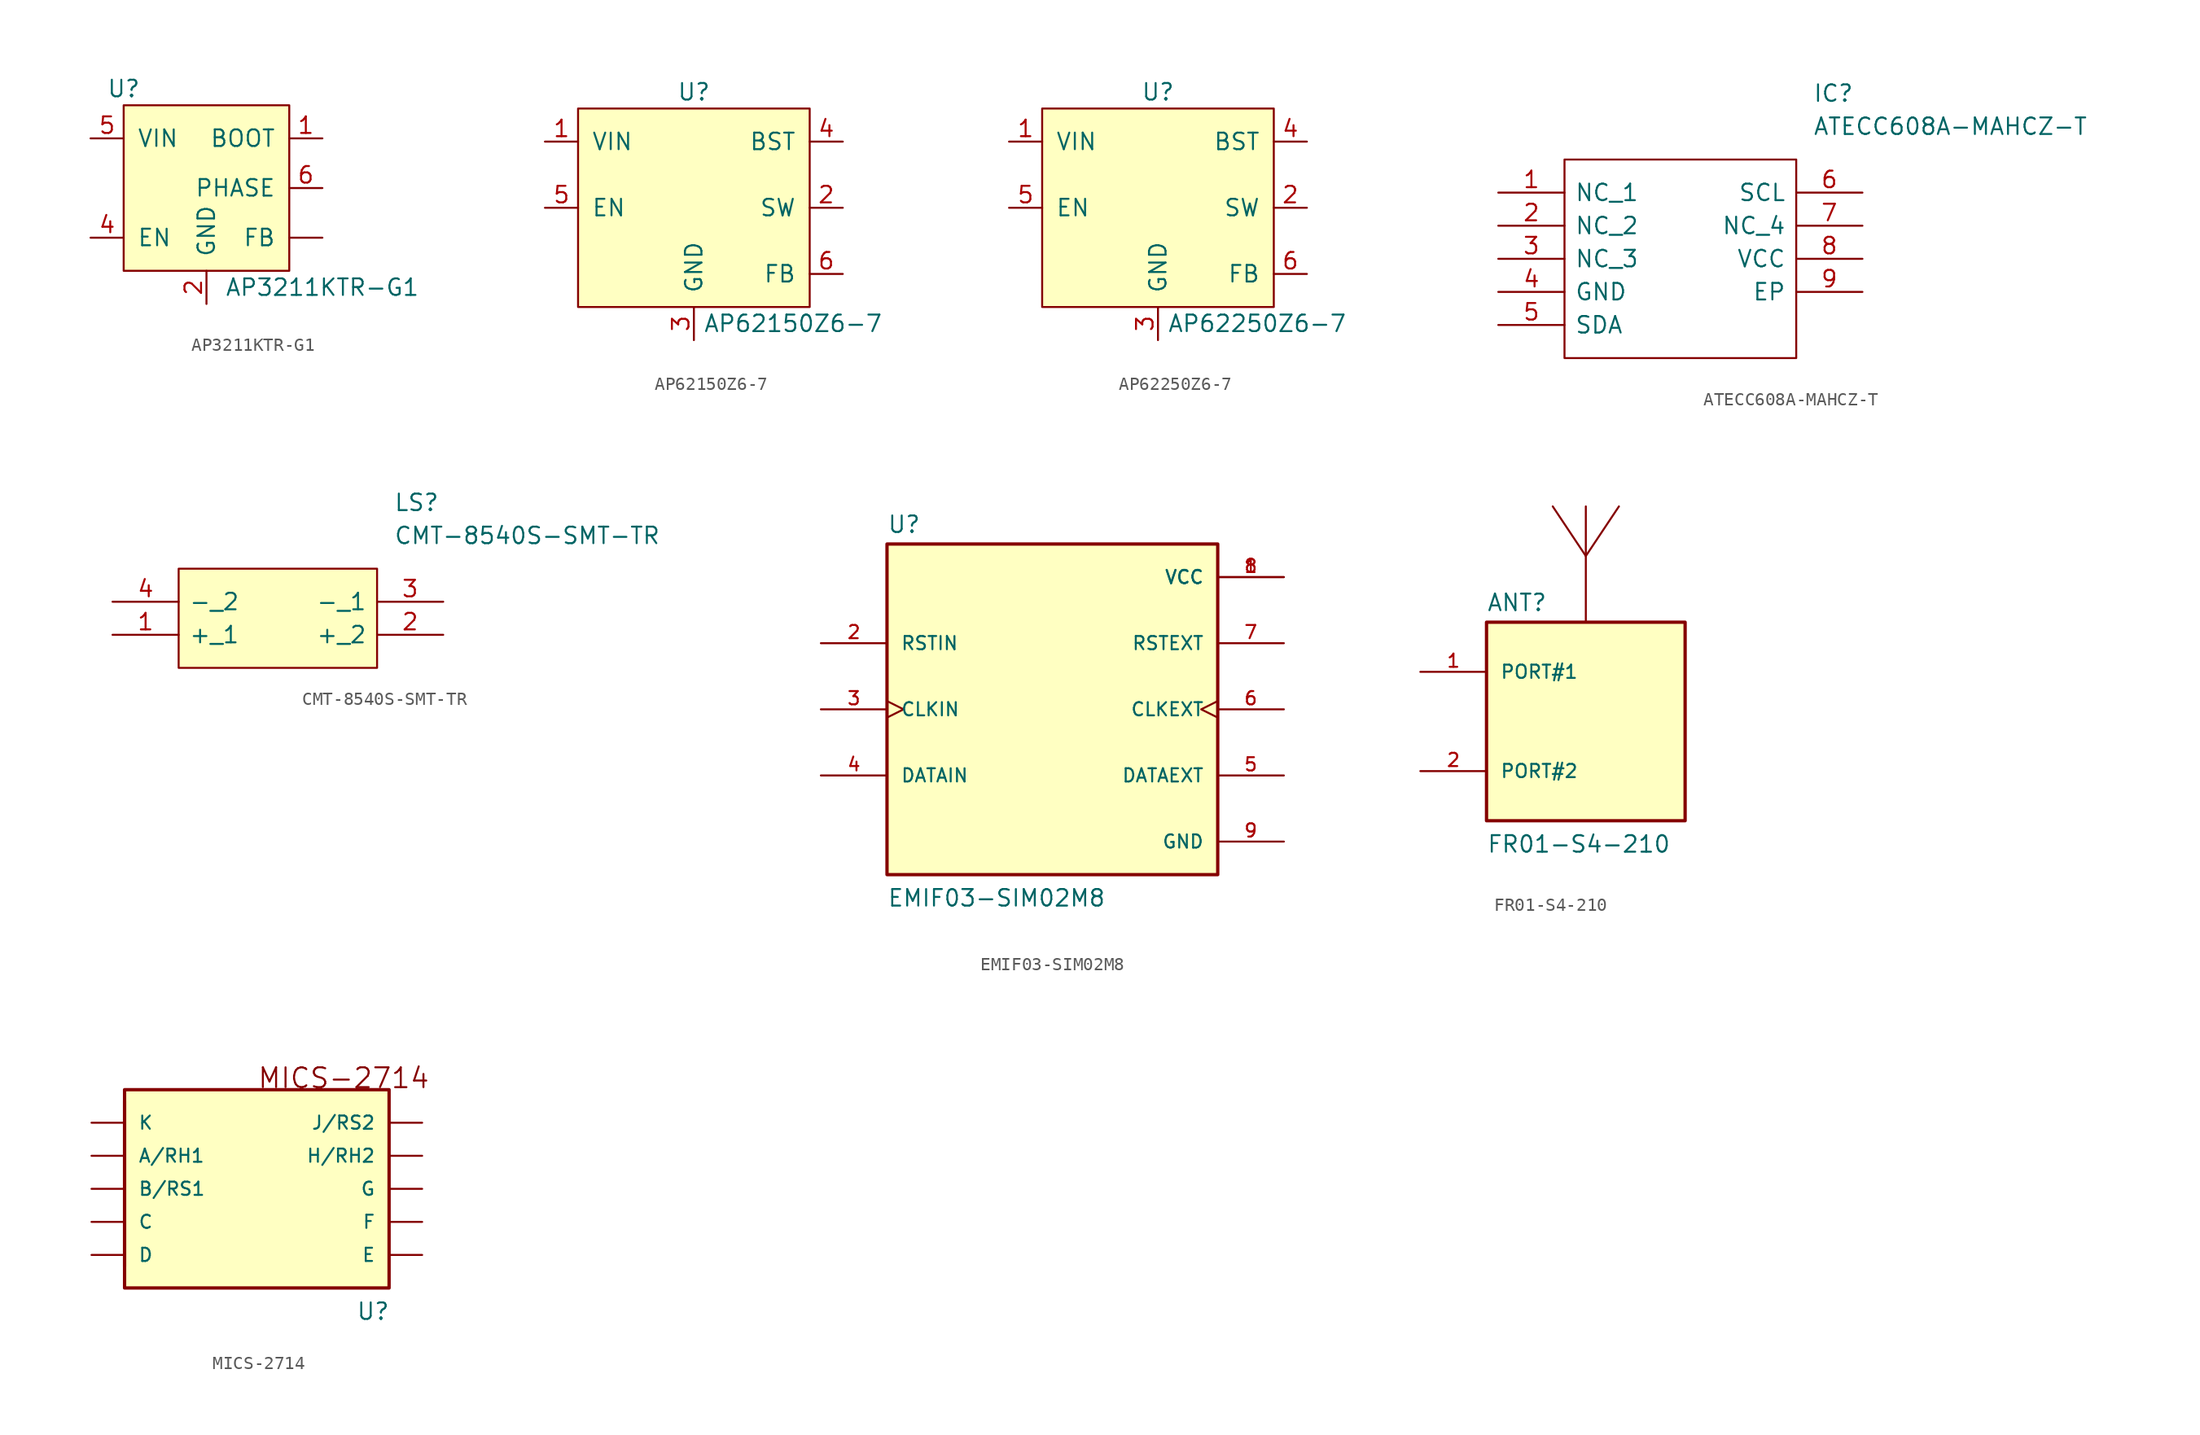
<source format=kicad_sym>
(kicad_symbol_lib
  (version 20211014)
  (generator kicad_symbol_editor)
  (symbol "AP3211KTR-G1"
    (pin_names
      (offset 1.016))
    (property "Reference" "U"
      (at -6.35 7.62 0)
      (effects (font (size 1.27 1.27))))
    (property "Value" "AP3211KTR-G1"
      (at 8.89 -7.62 0)
      (effects (font (size 1.27 1.27))))
    (symbol "AP3211KTR-G1_0_1"
      (rectangle (start -6.35 6.35) (end 6.35 -6.35) (stroke (width 0) (type default) (color 0 0 0 0)) (fill (type background))))
    (symbol "AP3211KTR-G1_1_1"
      (pin input line (at 8.89 3.81 180) (length 2.54) (name "BOOT" (effects (font (size 1.27 1.27)))) (number "1" (effects (font (size 1.27 1.27)))))
      (pin power_out line (at 0 -8.89 90) (length 2.54) (name "GND" (effects (font (size 1.27 1.27)))) (number "2" (effects (font (size 1.27 1.27)))))
      (pin input line (at -8.89 -3.81 0) (length 2.54) (name "EN" (effects (font (size 1.27 1.27)))) (number "4" (effects (font (size 1.27 1.27)))))
      (pin input line (at -8.89 3.81 0) (length 2.54) (name "VIN" (effects (font (size 1.27 1.27)))) (number "5" (effects (font (size 1.27 1.27)))))
      (pin input line (at 8.89 0 180) (length 2.54) (name "PHASE" (effects (font (size 1.27 1.27)))) (number "6" (effects (font (size 1.27 1.27)))))
      (pin input line (at 8.89 -3.81 180) (length 2.54) (name "FB" (effects (font (size 1.27 1.27)))) (number "~" (effects (font (size 1.27 1.27)))))))
  (symbol "AP62150Z6-7"
    (pin_names
      (offset 1.016))
    (property "Reference" "U"
      (at 0 13.97 0)
      (effects (font (size 1.27 1.27))))
    (property "Value" "AP62150Z6-7"
      (at 7.62 -3.81 0)
      (effects (font (size 1.27 1.27))))
    (symbol "AP62150Z6-7_0_1"
      (rectangle (start -8.89 12.7) (end 8.89 -2.54) (stroke (width 0) (type default) (color 0 0 0 0)) (fill (type background))))
    (symbol "AP62150Z6-7_1_1"
      (pin input line (at -11.43 10.16 0) (length 2.54) (name "VIN" (effects (font (size 1.27 1.27)))) (number "1" (effects (font (size 1.27 1.27)))))
      (pin input line (at 11.43 5.08 180) (length 2.54) (name "SW" (effects (font (size 1.27 1.27)))) (number "2" (effects (font (size 1.27 1.27)))))
      (pin input line (at 0 -5.08 90) (length 2.54) (name "GND" (effects (font (size 1.27 1.27)))) (number "3" (effects (font (size 1.27 1.27)))))
      (pin input line (at 11.43 10.16 180) (length 2.54) (name "BST" (effects (font (size 1.27 1.27)))) (number "4" (effects (font (size 1.27 1.27)))))
      (pin input line (at -11.43 5.08 0) (length 2.54) (name "EN" (effects (font (size 1.27 1.27)))) (number "5" (effects (font (size 1.27 1.27)))))
      (pin input line (at 11.43 0 180) (length 2.54) (name "FB" (effects (font (size 1.27 1.27)))) (number "6" (effects (font (size 1.27 1.27)))))))
  (symbol "AP62250Z6-7"
    (pin_names
      (offset 1.016))
    (property "Reference" "U"
      (at 0 13.97 0)
      (effects (font (size 1.27 1.27))))
    (property "Value" "AP62250Z6-7"
      (at 7.62 -3.81 0)
      (effects (font (size 1.27 1.27))))
    (symbol "AP62250Z6-7_0_1"
      (rectangle (start -8.89 12.7) (end 8.89 -2.54) (stroke (width 0) (type default) (color 0 0 0 0)) (fill (type background))))
    (symbol "AP62250Z6-7_1_1"
      (pin input line (at -11.43 10.16 0) (length 2.54) (name "VIN" (effects (font (size 1.27 1.27)))) (number "1" (effects (font (size 1.27 1.27)))))
      (pin input line (at 11.43 5.08 180) (length 2.54) (name "SW" (effects (font (size 1.27 1.27)))) (number "2" (effects (font (size 1.27 1.27)))))
      (pin input line (at 0 -5.08 90) (length 2.54) (name "GND" (effects (font (size 1.27 1.27)))) (number "3" (effects (font (size 1.27 1.27)))))
      (pin input line (at 11.43 10.16 180) (length 2.54) (name "BST" (effects (font (size 1.27 1.27)))) (number "4" (effects (font (size 1.27 1.27)))))
      (pin input line (at -11.43 5.08 0) (length 2.54) (name "EN" (effects (font (size 1.27 1.27)))) (number "5" (effects (font (size 1.27 1.27)))))
      (pin input line (at 11.43 0 180) (length 2.54) (name "FB" (effects (font (size 1.27 1.27)))) (number "6" (effects (font (size 1.27 1.27)))))))
  (symbol "ATECC608A-MAHCZ-T"
    (pin_names
      (offset 0.762))
    (property "Reference" "IC"
      (at 24.13 7.62 0)
      (effects (font (size 1.27 1.27)) (justify left)))
    (property "Value" "ATECC608A-MAHCZ-T"
      (at 24.13 5.08 0)
      (effects (font (size 1.27 1.27)) (justify left)))
    (symbol "ATECC608A-MAHCZ-T_0_0"
      (pin unspecified line (at 0 0 0) (length 5.08) (name "NC_1" (effects (font (size 1.27 1.27)))) (number "1" (effects (font (size 1.27 1.27)))))
      (pin unspecified line (at 0 -2.54 0) (length 5.08) (name "NC_2" (effects (font (size 1.27 1.27)))) (number "2" (effects (font (size 1.27 1.27)))))
      (pin unspecified line (at 0 -5.08 0) (length 5.08) (name "NC_3" (effects (font (size 1.27 1.27)))) (number "3" (effects (font (size 1.27 1.27)))))
      (pin unspecified line (at 0 -7.62 0) (length 5.08) (name "GND" (effects (font (size 1.27 1.27)))) (number "4" (effects (font (size 1.27 1.27)))))
      (pin unspecified line (at 0 -10.16 0) (length 5.08) (name "SDA" (effects (font (size 1.27 1.27)))) (number "5" (effects (font (size 1.27 1.27)))))
      (pin unspecified line (at 27.94 0 180) (length 5.08) (name "SCL" (effects (font (size 1.27 1.27)))) (number "6" (effects (font (size 1.27 1.27)))))
      (pin unspecified line (at 27.94 -2.54 180) (length 5.08) (name "NC_4" (effects (font (size 1.27 1.27)))) (number "7" (effects (font (size 1.27 1.27)))))
      (pin unspecified line (at 27.94 -5.08 180) (length 5.08) (name "VCC" (effects (font (size 1.27 1.27)))) (number "8" (effects (font (size 1.27 1.27)))))
      (pin unspecified line (at 27.94 -7.62 180) (length 5.08) (name "EP" (effects (font (size 1.27 1.27)))) (number "9" (effects (font (size 1.27 1.27))))))
    (symbol "ATECC608A-MAHCZ-T_0_1"
      (polyline (pts (xy 5.08 2.54) (xy 22.86 2.54) (xy 22.86 -12.7) (xy 5.08 -12.7) (xy 5.08 2.54)) (stroke (width 0.152) (type default) (color 0 0 0 0)) (fill (type none)))))
  (symbol "CMT-8540S-SMT-TR"
    (pin_names
      (offset 0.762))
    (property "Reference" "LS"
      (at 21.59 7.62 0)
      (effects (font (size 1.27 1.27)) (justify left)))
    (property "Value" "CMT-8540S-SMT-TR"
      (at 21.59 5.08 0)
      (effects (font (size 1.27 1.27)) (justify left)))
    (symbol "CMT-8540S-SMT-TR_0_0"
      (pin unspecified line (at 0 -2.54 0) (length 5.08) (name "+_1" (effects (font (size 1.27 1.27)))) (number "1" (effects (font (size 1.27 1.27)))))
      (pin unspecified line (at 25.4 -2.54 180) (length 5.08) (name "+_2" (effects (font (size 1.27 1.27)))) (number "2" (effects (font (size 1.27 1.27)))))
      (pin unspecified line (at 25.4 0 180) (length 5.08) (name "-_1" (effects (font (size 1.27 1.27)))) (number "3" (effects (font (size 1.27 1.27)))))
      (pin unspecified line (at 0 0 0) (length 5.08) (name "-_2" (effects (font (size 1.27 1.27)))) (number "4" (effects (font (size 1.27 1.27))))))
    (symbol "CMT-8540S-SMT-TR_0_1"
      (polyline (pts (xy 5.08 2.54) (xy 20.32 2.54) (xy 20.32 -5.08) (xy 5.08 -5.08) (xy 5.08 2.54)) (stroke (width 0.152) (type default) (color 0 0 0 0)) (fill (type background)))))
  (symbol "EMIF03-SIM02M8"
    (pin_names
      (offset 1.016))
    (property "Reference" "U"
      (at -12.7 13.462 0)
      (effects (font (size 1.27 1.27)) (justify left bottom)))
    (property "Value" "EMIF03-SIM02M8"
      (at -12.7 -15.24 0)
      (effects (font (size 1.27 1.27)) (justify left bottom)))
    (property "ki_locked" ""
      (at 0 0 0)
      (effects (font (size 1.27 1.27))))
    (symbol "EMIF03-SIM02M8_0_0"
      (rectangle (start -12.7 -12.7) (end 12.7 12.7) (stroke (width 0.254) (type default) (color 0 0 0 0)) (fill (type background)))
      (pin power_in line (at 17.78 10.16 180) (length 5.08) (name "VCC" (effects (font (size 1.016 1.016)))) (number "1" (effects (font (size 1.016 1.016)))))
      (pin input line (at -17.78 5.08 0) (length 5.08) (name "RSTIN" (effects (font (size 1.016 1.016)))) (number "2" (effects (font (size 1.016 1.016)))))
      (pin input clock (at -17.78 0 0) (length 5.08) (name "CLKIN" (effects (font (size 1.016 1.016)))) (number "3" (effects (font (size 1.016 1.016)))))
      (pin input line (at -17.78 -5.08 0) (length 5.08) (name "DATAIN" (effects (font (size 1.016 1.016)))) (number "4" (effects (font (size 1.016 1.016)))))
      (pin output line (at 17.78 -5.08 180) (length 5.08) (name "DATAEXT" (effects (font (size 1.016 1.016)))) (number "5" (effects (font (size 1.016 1.016)))))
      (pin output clock (at 17.78 0 180) (length 5.08) (name "CLKEXT" (effects (font (size 1.016 1.016)))) (number "6" (effects (font (size 1.016 1.016)))))
      (pin output line (at 17.78 5.08 180) (length 5.08) (name "RSTEXT" (effects (font (size 1.016 1.016)))) (number "7" (effects (font (size 1.016 1.016)))))
      (pin power_in line (at 17.78 10.16 180) (length 5.08) (name "VCC" (effects (font (size 1.016 1.016)))) (number "8" (effects (font (size 1.016 1.016)))))
      (pin power_in line (at 17.78 -10.16 180) (length 5.08) (name "GND" (effects (font (size 1.016 1.016)))) (number "9" (effects (font (size 1.016 1.016)))))))
  (symbol "FR01-S4-210"
    (pin_names
      (offset 1.016))
    (property "Reference" "ANT"
      (at -7.62 8.382 0)
      (effects (font (size 1.27 1.27)) (justify left bottom)))
    (property "Value" "FR01-S4-210"
      (at -7.62 -10.16 0)
      (effects (font (size 1.27 1.27)) (justify left bottom)))
    (property "ki_locked" ""
      (at 0 0 0)
      (effects (font (size 1.27 1.27))))
    (symbol "FR01-S4-210_0_0"
      (rectangle (start -7.62 -7.62) (end 7.62 7.62) (stroke (width 0.254) (type default) (color 0 0 0 0)) (fill (type background)))
      (pin passive line (at -12.7 3.81 0) (length 5.08) (name "PORT#1" (effects (font (size 1.016 1.016)))) (number "1" (effects (font (size 1.016 1.016)))))
      (pin passive line (at -12.7 -3.81 0) (length 5.08) (name "PORT#2" (effects (font (size 1.016 1.016)))) (number "2" (effects (font (size 1.016 1.016))))))
    (symbol "FR01-S4-210_1_1"
      (polyline (pts (xy 0 12.7) (xy 0 16.51)) (stroke (width 0) (type default) (color 0 0 0 0)) (fill (type none)))
      (polyline (pts (xy 0 12.7) (xy 2.54 16.51)) (stroke (width 0) (type default) (color 0 0 0 0)) (fill (type none)))
      (polyline (pts (xy 0 7.62) (xy 0 12.7) (xy -2.54 16.51)) (stroke (width 0) (type default) (color 0 0 0 0)) (fill (type none)))))
  (symbol "MICS-2714"
    (pin_numbers hide)
    (pin_names
      (offset 1.016))
    (property "Reference" "U"
      (at 7.62 -10.16 0)
      (effects (font (size 1.27 1.27)) (justify left bottom)))
    (property "ki_locked" ""
      (at 0 0 0)
      (effects (font (size 1.27 1.27))))
    (symbol "MICS-2714_0_0"
      (rectangle (start -10.16 -7.62) (end 10.16 7.62) (stroke (width 0.254) (type default) (color 0 0 0 0)) (fill (type background)))
      (polyline (pts (xy -10.16 -5.969) (xy -10.16 6.731)) (stroke (width 0.254) (type default) (color 0 0 0 0)) (fill (type none)))
      (text "MICS-2714" (at 0 7.62 0) (effects (font (size 1.524 1.524)) (justify left bottom)))
      (pin bidirectional line (at -12.7 2.54 0) (length 2.54) (name "A/RH1" (effects (font (size 1.016 1.016)))) (number "A" (effects (font (size 1.016 1.016)))))
      (pin bidirectional line (at -12.7 0 0) (length 2.54) (name "B/RS1" (effects (font (size 1.016 1.016)))) (number "B" (effects (font (size 1.016 1.016)))))
      (pin bidirectional line (at -12.7 -2.54 0) (length 2.54) (name "C" (effects (font (size 1.016 1.016)))) (number "C" (effects (font (size 1.016 1.016)))))
      (pin bidirectional line (at -12.7 -5.08 0) (length 2.54) (name "D" (effects (font (size 1.016 1.016)))) (number "D" (effects (font (size 1.016 1.016)))))
      (pin bidirectional line (at 12.7 -5.08 180) (length 2.54) (name "E" (effects (font (size 1.016 1.016)))) (number "E" (effects (font (size 1.016 1.016)))))
      (pin bidirectional line (at 12.7 -2.54 180) (length 2.54) (name "F" (effects (font (size 1.016 1.016)))) (number "F" (effects (font (size 1.016 1.016)))))
      (pin bidirectional line (at 12.7 0 180) (length 2.54) (name "G" (effects (font (size 1.016 1.016)))) (number "G" (effects (font (size 1.016 1.016)))))
      (pin bidirectional line (at 12.7 2.54 180) (length 2.54) (name "H/RH2" (effects (font (size 1.016 1.016)))) (number "H" (effects (font (size 1.016 1.016)))))
      (pin bidirectional line (at 12.7 5.08 180) (length 2.54) (name "J/RS2" (effects (font (size 1.016 1.016)))) (number "J" (effects (font (size 1.016 1.016)))))
      (pin bidirectional line (at -12.7 5.08 0) (length 2.54) (name "K" (effects (font (size 1.016 1.016)))) (number "K" (effects (font (size 1.016 1.016))))))))
</source>
